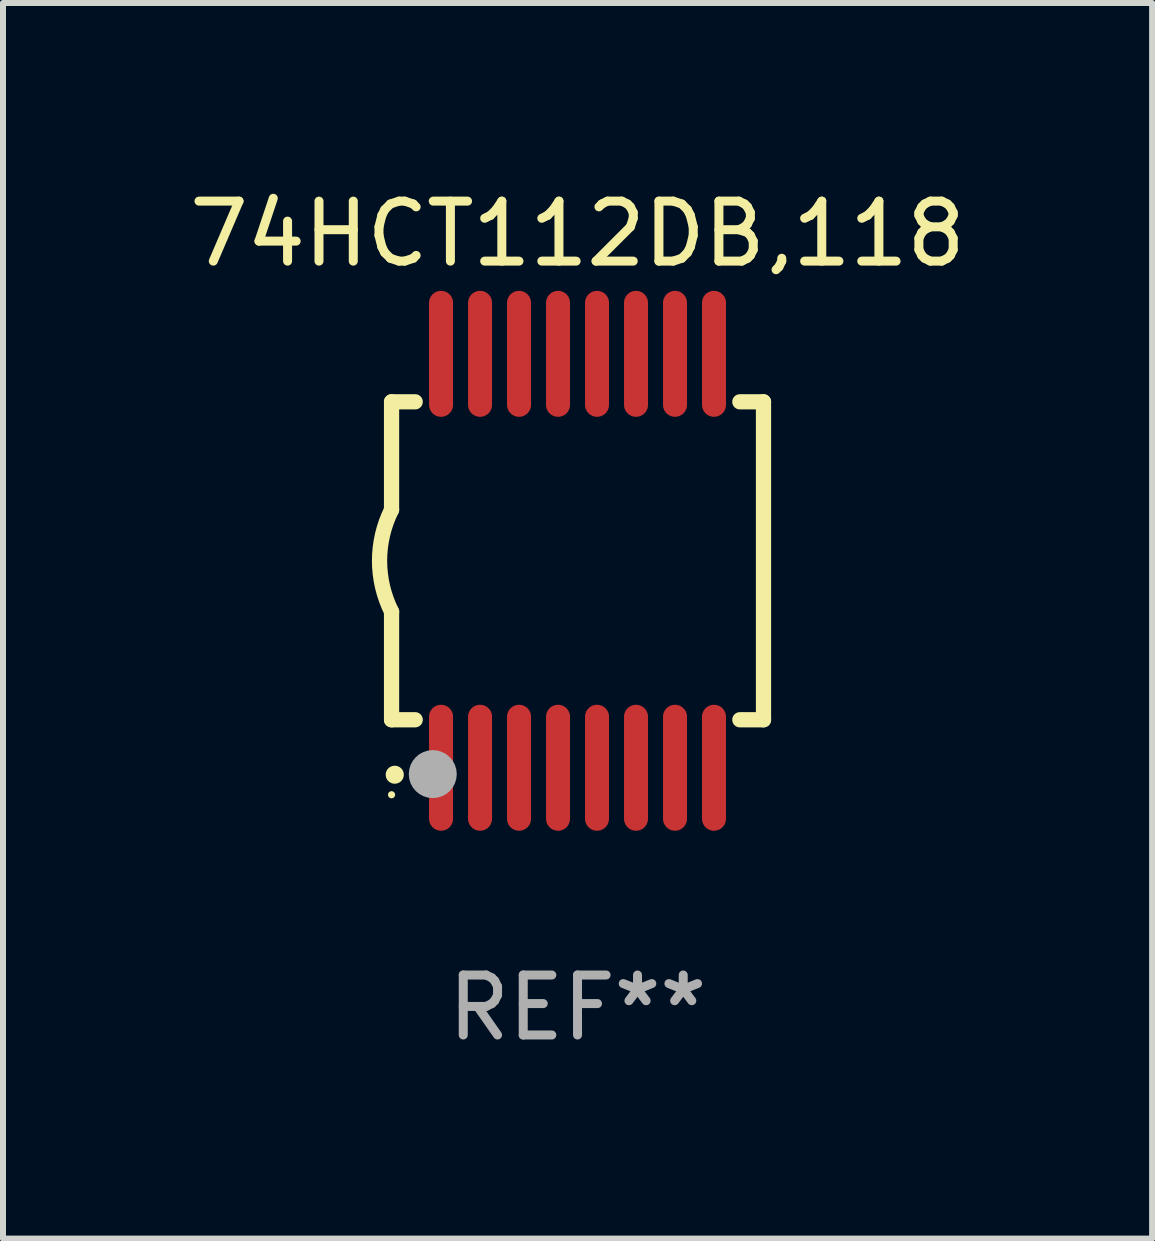
<source format=kicad_pcb>
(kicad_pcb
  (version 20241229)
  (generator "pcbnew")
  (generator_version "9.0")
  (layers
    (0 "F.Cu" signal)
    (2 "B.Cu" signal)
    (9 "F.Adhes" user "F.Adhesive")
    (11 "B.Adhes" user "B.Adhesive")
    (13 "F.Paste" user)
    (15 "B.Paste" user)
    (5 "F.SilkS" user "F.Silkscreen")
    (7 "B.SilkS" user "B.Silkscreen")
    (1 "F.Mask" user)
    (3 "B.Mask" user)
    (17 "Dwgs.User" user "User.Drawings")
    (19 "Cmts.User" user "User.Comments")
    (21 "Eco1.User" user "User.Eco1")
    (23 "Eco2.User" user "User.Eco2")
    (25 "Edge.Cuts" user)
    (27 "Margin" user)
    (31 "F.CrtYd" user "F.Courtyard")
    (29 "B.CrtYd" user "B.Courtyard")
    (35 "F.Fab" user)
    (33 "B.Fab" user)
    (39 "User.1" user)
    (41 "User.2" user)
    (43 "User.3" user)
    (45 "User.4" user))
  (footprint "74HCT112DB,118"
    (layer "F.Cu")
    (at 6.577 6.298)
    (property "Reference" "74HCT112DB,118" (at 0 -5.45 0) (layer "F.SilkS") (effects (font (size 1 1) (thickness 0.15))))
    (attr through_hole)
    (fp_line (start -3.1 -2.65) (end -3.1 -0.85) (stroke (width 0.254) (type solid)) (layer "F.SilkS"))
    (fp_line (start -3.1 -2.65) (end -2.706 -2.65) (stroke (width 0.254) (type solid)) (layer "F.SilkS"))
    (fp_line (start -3.1 2.65) (end -3.1 0.85) (stroke (width 0.254) (type solid)) (layer "F.SilkS"))
    (fp_line (start -3.1 2.65) (end -2.706 2.65) (stroke (width 0.254) (type solid)) (layer "F.SilkS"))
    (fp_line (start 2.706 -2.65) (end 3.1 -2.65) (stroke (width 0.254) (type solid)) (layer "F.SilkS"))
    (fp_line (start 2.706 2.65) (end 3.1 2.65) (stroke (width 0.254) (type solid)) (layer "F.SilkS"))
    (fp_line (start 3.1 -2.65) (end 3.1 2.65) (stroke (width 0.254) (type solid)) (layer "F.SilkS"))
    (fp_arc (start -3.098907 0.850902) (mid -3.300057 0.000523) (end -3.1 -0.850114) (stroke (width 0.254001) (type solid)) (layer "F.SilkS"))
    (fp_arc (start -3.048006 3.566066) (mid -3.046736 3.566061) (end -3.045466 3.566066) (stroke (width 0.3) (type solid)) (layer "F.SilkS"))
    (fp_circle (center -3.1 3.9) (end -3.07 3.9) (stroke (width 0.06) (type solid)) (fill no) (layer "F.SilkS"))
    (fp_circle (center -2.413 3.556) (end -2.213 3.556) (stroke (width 0.4) (type solid)) (fill no) (layer "F.Fab"))
    (fp_text user "REF**" (at 0 7.45 0) (layer "F.Fab") (effects (font (size 1 1) (thickness 0.15))))
    (pad "1" smd oval (at -2.275 3.45 180) (size 0.4 2.1) (layers "F.Cu" "F.Mask" "F.Paste"))
    (pad "2" smd oval (at -1.625 3.45 180) (size 0.4 2.1) (layers "F.Cu" "F.Mask" "F.Paste"))
    (pad "3" smd oval (at -0.975 3.45 180) (size 0.4 2.1) (layers "F.Cu" "F.Mask" "F.Paste"))
    (pad "4" smd oval (at -0.325 3.45 180) (size 0.4 2.1) (layers "F.Cu" "F.Mask" "F.Paste"))
    (pad "5" smd oval (at 0.325 3.45 180) (size 0.4 2.1) (layers "F.Cu" "F.Mask" "F.Paste"))
    (pad "6" smd oval (at 0.975 3.45 180) (size 0.4 2.1) (layers "F.Cu" "F.Mask" "F.Paste"))
    (pad "7" smd oval (at 1.625 3.45 180) (size 0.4 2.1) (layers "F.Cu" "F.Mask" "F.Paste"))
    (pad "8" smd oval (at 2.275 3.45 180) (size 0.4 2.1) (layers "F.Cu" "F.Mask" "F.Paste"))
    (pad "9" smd oval (at 2.275 -3.45 180) (size 0.4 2.1) (layers "F.Cu" "F.Mask" "F.Paste"))
    (pad "10" smd oval (at 1.625 -3.45 180) (size 0.4 2.1) (layers "F.Cu" "F.Mask" "F.Paste"))
    (pad "11" smd oval (at 0.975 -3.45 180) (size 0.4 2.1) (layers "F.Cu" "F.Mask" "F.Paste"))
    (pad "12" smd oval (at 0.325 -3.45 180) (size 0.4 2.1) (layers "F.Cu" "F.Mask" "F.Paste"))
    (pad "13" smd oval (at -0.325 -3.45 180) (size 0.4 2.1) (layers "F.Cu" "F.Mask" "F.Paste"))
    (pad "14" smd oval (at -0.975 -3.45 180) (size 0.4 2.1) (layers "F.Cu" "F.Mask" "F.Paste"))
    (pad "15" smd oval (at -1.625 -3.45 180) (size 0.4 2.1) (layers "F.Cu" "F.Mask" "F.Paste"))
    (pad "16" smd oval (at -2.275 -3.45 180) (size 0.4 2.1) (layers "F.Cu" "F.Mask" "F.Paste")))
  (gr_rect
    (start -3 -3)
    (end 16.155 17.597)
    (stroke (width 0.1) (type default))
    (fill no)
    (layer "Edge.Cuts")))
</source>
